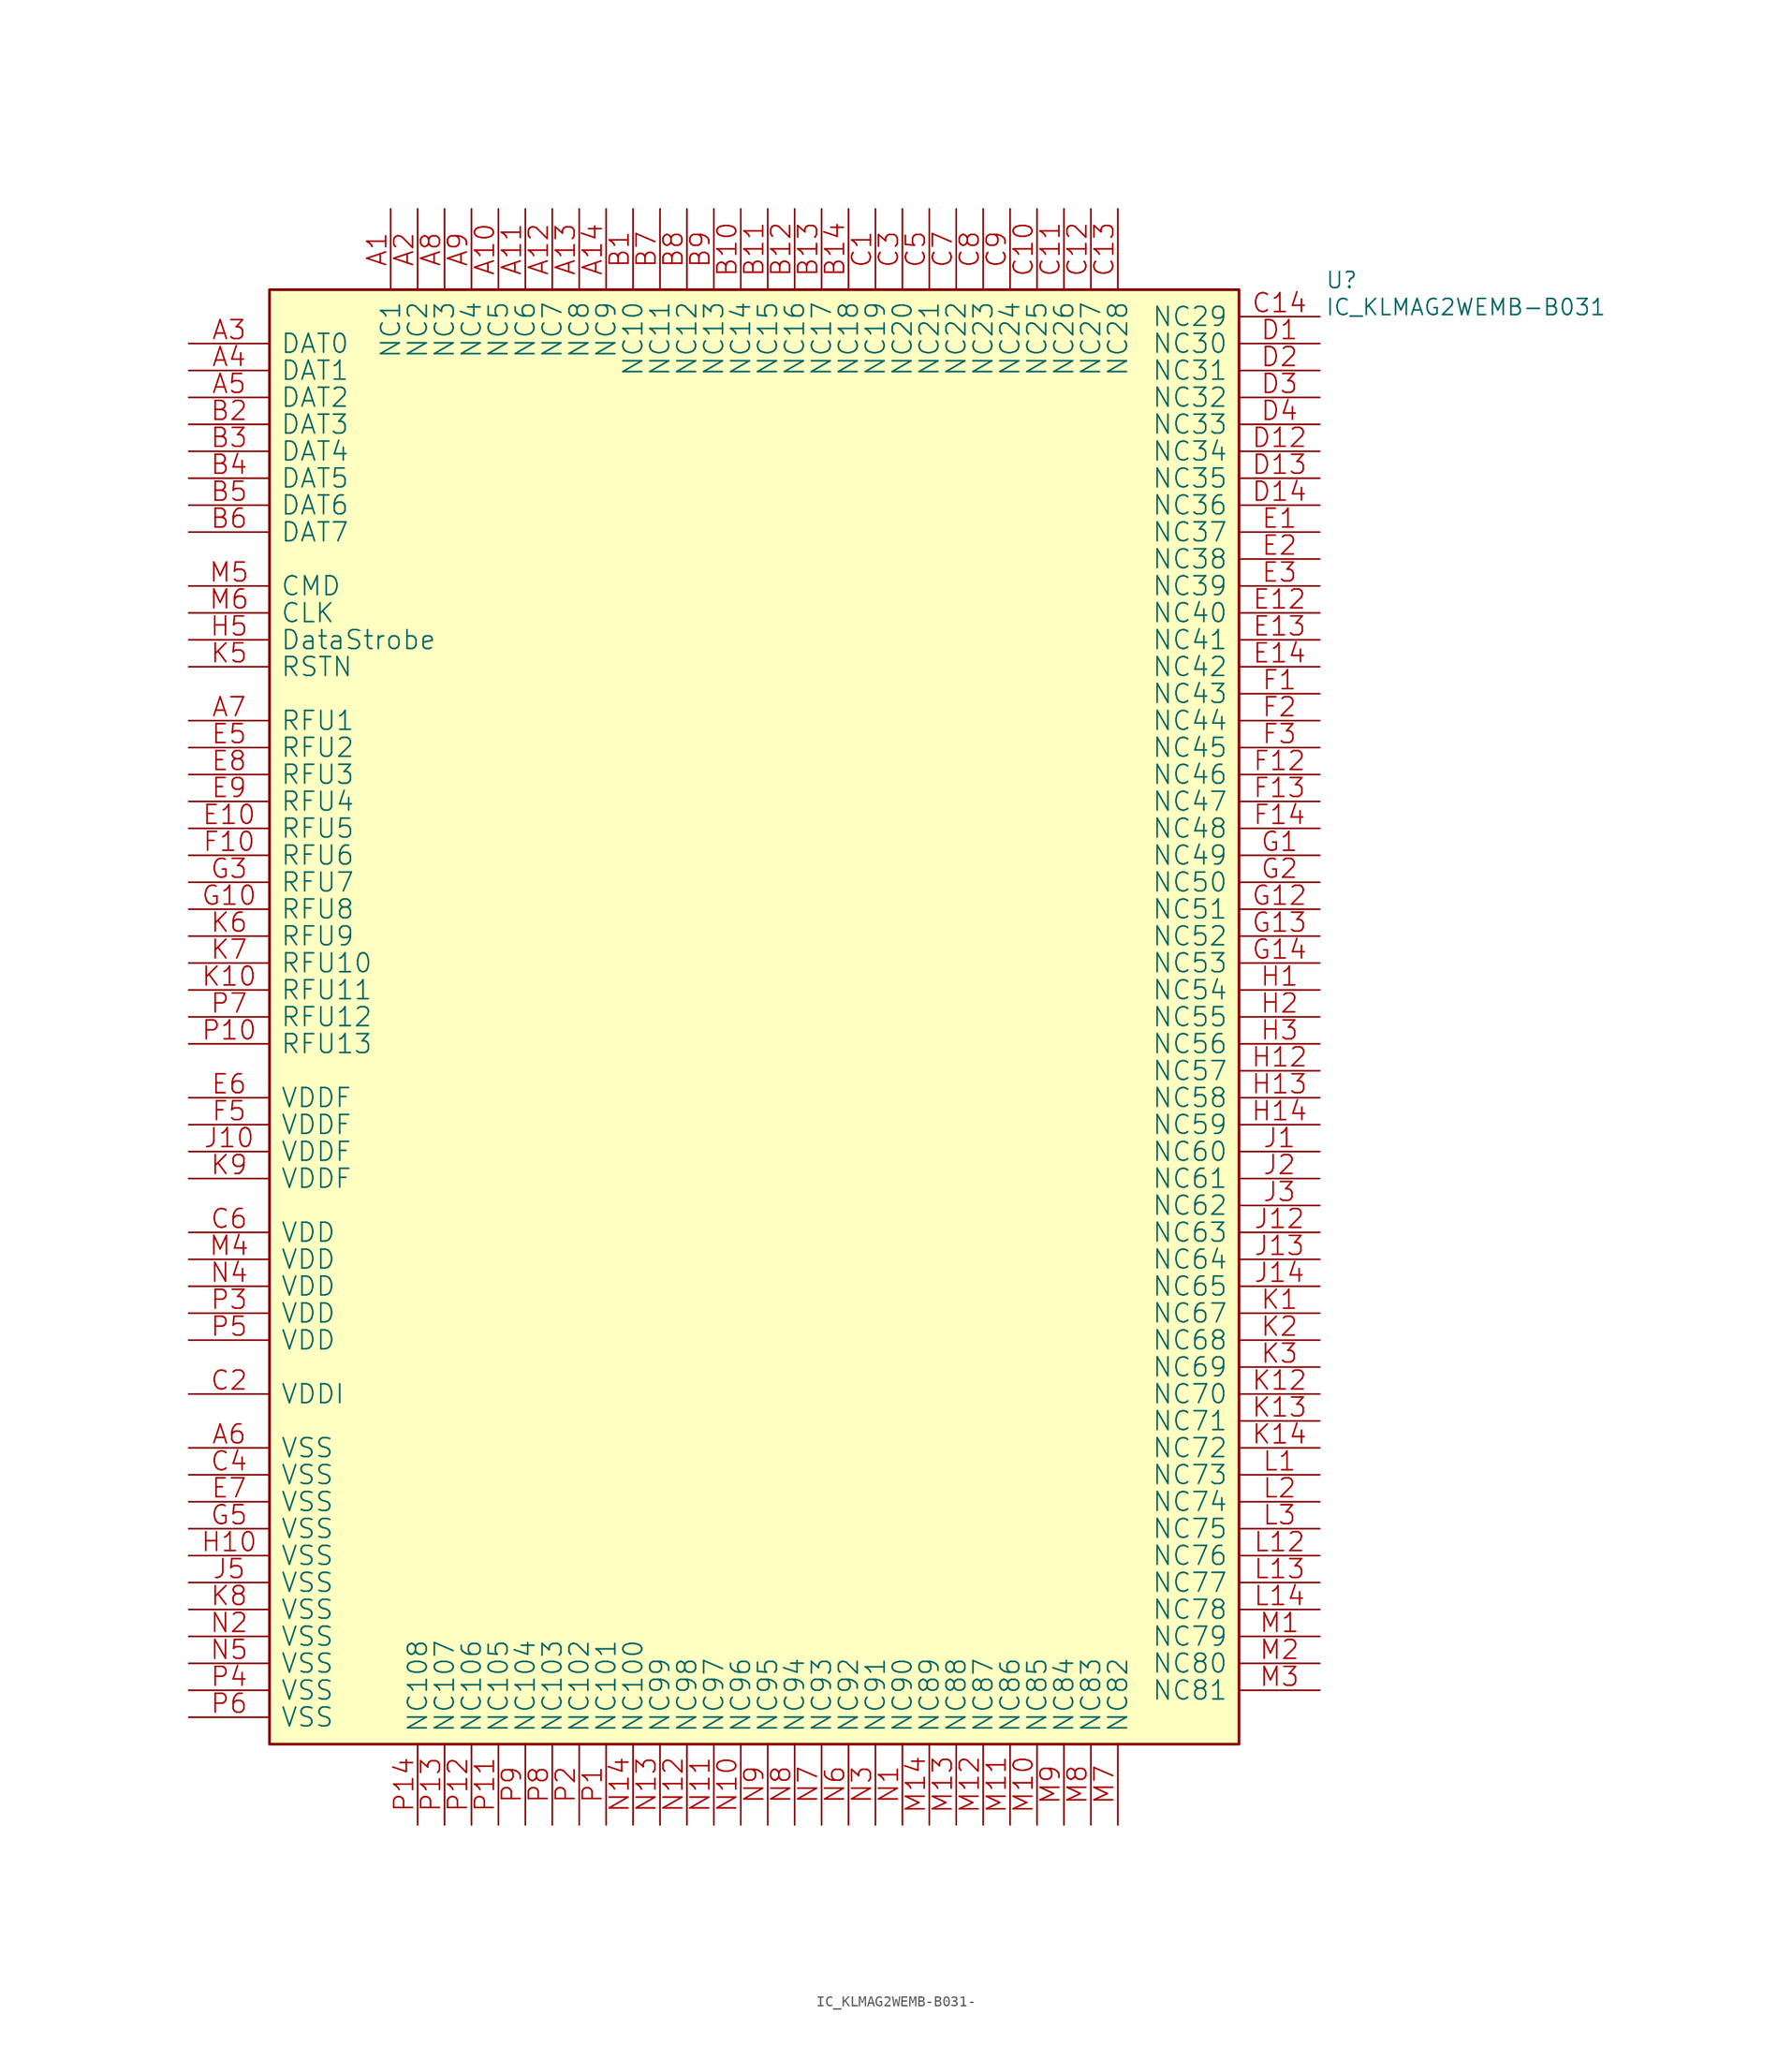
<source format=kicad_sym>
(kicad_symbol_lib
  (version 20220914)
  (generator kicad_symbol_editor)
  (symbol "IC_KLMAG2WEMB-B031-"
    (pin_names
      (offset 1.016))
    (property "Reference" "U"
      (at 99.568 0 0)
      (effects (font (size 1.524 1.524)) (justify left bottom)))
    (property "Value" "IC_KLMAG2WEMB-B031"
      (at 99.568 -2.54 0)
      (effects (font (size 1.524 1.524)) (justify left bottom)))
    (property "Footprint" ""
      (at 0 0 0)
      (effects (font (size 1.524 1.524))))
    (property "Datasheet" ""
      (at 0 0 0)
      (effects (font (size 1.524 1.524))))
    (symbol "IC_KLMAG2WEMB-B031-_0_1"
      (rectangle (start 0 -137.16) (end 91.44 0) (stroke (width 0.254) (type solid)) (fill (type background)))
      (pin passive line (at 11.43 7.62 270) (length 7.62) (name "NC1" (effects (font (size 1.778 1.778)))) (number "A1" (effects (font (size 1.778 1.778)))))
      (pin passive line (at 21.59 7.62 270) (length 7.62) (name "NC5" (effects (font (size 1.778 1.778)))) (number "A10" (effects (font (size 1.778 1.778)))))
      (pin passive line (at 24.13 7.62 270) (length 7.62) (name "NC6" (effects (font (size 1.778 1.778)))) (number "A11" (effects (font (size 1.778 1.778)))))
      (pin passive line (at 26.67 7.62 270) (length 7.62) (name "NC7" (effects (font (size 1.778 1.778)))) (number "A12" (effects (font (size 1.778 1.778)))))
      (pin passive line (at 29.21 7.62 270) (length 7.62) (name "NC8" (effects (font (size 1.778 1.778)))) (number "A13" (effects (font (size 1.778 1.778)))))
      (pin passive line (at 31.75 7.62 270) (length 7.62) (name "NC9" (effects (font (size 1.778 1.778)))) (number "A14" (effects (font (size 1.778 1.778)))))
      (pin passive line (at 13.97 7.62 270) (length 7.62) (name "NC2" (effects (font (size 1.778 1.778)))) (number "A2" (effects (font (size 1.778 1.778)))))
      (pin passive line (at -7.62 -5.08 0) (length 7.62) (name "DAT0" (effects (font (size 1.778 1.778)))) (number "A3" (effects (font (size 1.778 1.778)))))
      (pin passive line (at -7.62 -7.62 0) (length 7.62) (name "DAT1" (effects (font (size 1.778 1.778)))) (number "A4" (effects (font (size 1.778 1.778)))))
      (pin passive line (at -7.62 -10.16 0) (length 7.62) (name "DAT2" (effects (font (size 1.778 1.778)))) (number "A5" (effects (font (size 1.778 1.778)))))
      (pin passive line (at -7.62 -109.22 0) (length 7.62) (name "VSS" (effects (font (size 1.778 1.778)))) (number "A6" (effects (font (size 1.778 1.778)))))
      (pin passive line (at -7.62 -40.64 0) (length 7.62) (name "RFU1" (effects (font (size 1.778 1.778)))) (number "A7" (effects (font (size 1.778 1.778)))))
      (pin passive line (at 16.51 7.62 270) (length 7.62) (name "NC3" (effects (font (size 1.778 1.778)))) (number "A8" (effects (font (size 1.778 1.778)))))
      (pin passive line (at 19.05 7.62 270) (length 7.62) (name "NC4" (effects (font (size 1.778 1.778)))) (number "A9" (effects (font (size 1.778 1.778)))))
      (pin passive line (at 34.29 7.62 270) (length 7.62) (name "NC10" (effects (font (size 1.778 1.778)))) (number "B1" (effects (font (size 1.778 1.778)))))
      (pin passive line (at 44.45 7.62 270) (length 7.62) (name "NC14" (effects (font (size 1.778 1.778)))) (number "B10" (effects (font (size 1.778 1.778)))))
      (pin passive line (at 46.99 7.62 270) (length 7.62) (name "NC15" (effects (font (size 1.778 1.778)))) (number "B11" (effects (font (size 1.778 1.778)))))
      (pin passive line (at 49.53 7.62 270) (length 7.62) (name "NC16" (effects (font (size 1.778 1.778)))) (number "B12" (effects (font (size 1.778 1.778)))))
      (pin passive line (at 52.07 7.62 270) (length 7.62) (name "NC17" (effects (font (size 1.778 1.778)))) (number "B13" (effects (font (size 1.778 1.778)))))
      (pin passive line (at 54.61 7.62 270) (length 7.62) (name "NC18" (effects (font (size 1.778 1.778)))) (number "B14" (effects (font (size 1.778 1.778)))))
      (pin passive line (at -7.62 -12.7 0) (length 7.62) (name "DAT3" (effects (font (size 1.778 1.778)))) (number "B2" (effects (font (size 1.778 1.778)))))
      (pin passive line (at -7.62 -15.24 0) (length 7.62) (name "DAT4" (effects (font (size 1.778 1.778)))) (number "B3" (effects (font (size 1.778 1.778)))))
      (pin passive line (at -7.62 -17.78 0) (length 7.62) (name "DAT5" (effects (font (size 1.778 1.778)))) (number "B4" (effects (font (size 1.778 1.778)))))
      (pin passive line (at -7.62 -20.32 0) (length 7.62) (name "DAT6" (effects (font (size 1.778 1.778)))) (number "B5" (effects (font (size 1.778 1.778)))))
      (pin passive line (at -7.62 -22.86 0) (length 7.62) (name "DAT7" (effects (font (size 1.778 1.778)))) (number "B6" (effects (font (size 1.778 1.778)))))
      (pin passive line (at 36.83 7.62 270) (length 7.62) (name "NC11" (effects (font (size 1.778 1.778)))) (number "B7" (effects (font (size 1.778 1.778)))))
      (pin passive line (at 39.37 7.62 270) (length 7.62) (name "NC12" (effects (font (size 1.778 1.778)))) (number "B8" (effects (font (size 1.778 1.778)))))
      (pin passive line (at 41.91 7.62 270) (length 7.62) (name "NC13" (effects (font (size 1.778 1.778)))) (number "B9" (effects (font (size 1.778 1.778)))))
      (pin passive line (at 57.15 7.62 270) (length 7.62) (name "NC19" (effects (font (size 1.778 1.778)))) (number "C1" (effects (font (size 1.778 1.778)))))
      (pin passive line (at 72.39 7.62 270) (length 7.62) (name "NC25" (effects (font (size 1.778 1.778)))) (number "C10" (effects (font (size 1.778 1.778)))))
      (pin passive line (at 74.93 7.62 270) (length 7.62) (name "NC26" (effects (font (size 1.778 1.778)))) (number "C11" (effects (font (size 1.778 1.778)))))
      (pin passive line (at 77.47 7.62 270) (length 7.62) (name "NC27" (effects (font (size 1.778 1.778)))) (number "C12" (effects (font (size 1.778 1.778)))))
      (pin passive line (at 80.01 7.62 270) (length 7.62) (name "NC28" (effects (font (size 1.778 1.778)))) (number "C13" (effects (font (size 1.778 1.778)))))
      (pin passive line (at 99.06 -2.54 180) (length 7.62) (name "NC29" (effects (font (size 1.778 1.778)))) (number "C14" (effects (font (size 1.778 1.778)))))
      (pin passive line (at -7.62 -104.14 0) (length 7.62) (name "VDDI" (effects (font (size 1.778 1.778)))) (number "C2" (effects (font (size 1.778 1.778)))))
      (pin passive line (at 59.69 7.62 270) (length 7.62) (name "NC20" (effects (font (size 1.778 1.778)))) (number "C3" (effects (font (size 1.778 1.778)))))
      (pin passive line (at -7.62 -111.76 0) (length 7.62) (name "VSS" (effects (font (size 1.778 1.778)))) (number "C4" (effects (font (size 1.778 1.778)))))
      (pin passive line (at 62.23 7.62 270) (length 7.62) (name "NC21" (effects (font (size 1.778 1.778)))) (number "C5" (effects (font (size 1.778 1.778)))))
      (pin passive line (at -7.62 -88.9 0) (length 7.62) (name "VDD" (effects (font (size 1.778 1.778)))) (number "C6" (effects (font (size 1.778 1.778)))))
      (pin passive line (at 64.77 7.62 270) (length 7.62) (name "NC22" (effects (font (size 1.778 1.778)))) (number "C7" (effects (font (size 1.778 1.778)))))
      (pin passive line (at 67.31 7.62 270) (length 7.62) (name "NC23" (effects (font (size 1.778 1.778)))) (number "C8" (effects (font (size 1.778 1.778)))))
      (pin passive line (at 69.85 7.62 270) (length 7.62) (name "NC24" (effects (font (size 1.778 1.778)))) (number "C9" (effects (font (size 1.778 1.778)))))
      (pin passive line (at 99.06 -5.08 180) (length 7.62) (name "NC30" (effects (font (size 1.778 1.778)))) (number "D1" (effects (font (size 1.778 1.778)))))
      (pin passive line (at 99.06 -15.24 180) (length 7.62) (name "NC34" (effects (font (size 1.778 1.778)))) (number "D12" (effects (font (size 1.778 1.778)))))
      (pin passive line (at 99.06 -17.78 180) (length 7.62) (name "NC35" (effects (font (size 1.778 1.778)))) (number "D13" (effects (font (size 1.778 1.778)))))
      (pin passive line (at 99.06 -20.32 180) (length 7.62) (name "NC36" (effects (font (size 1.778 1.778)))) (number "D14" (effects (font (size 1.778 1.778)))))
      (pin passive line (at 99.06 -7.62 180) (length 7.62) (name "NC31" (effects (font (size 1.778 1.778)))) (number "D2" (effects (font (size 1.778 1.778)))))
      (pin passive line (at 99.06 -10.16 180) (length 7.62) (name "NC32" (effects (font (size 1.778 1.778)))) (number "D3" (effects (font (size 1.778 1.778)))))
      (pin passive line (at 99.06 -12.7 180) (length 7.62) (name "NC33" (effects (font (size 1.778 1.778)))) (number "D4" (effects (font (size 1.778 1.778)))))
      (pin passive line (at 99.06 -22.86 180) (length 7.62) (name "NC37" (effects (font (size 1.778 1.778)))) (number "E1" (effects (font (size 1.778 1.778)))))
      (pin passive line (at -7.62 -50.8 0) (length 7.62) (name "RFU5" (effects (font (size 1.778 1.778)))) (number "E10" (effects (font (size 1.778 1.778)))))
      (pin passive line (at 99.06 -30.48 180) (length 7.62) (name "NC40" (effects (font (size 1.778 1.778)))) (number "E12" (effects (font (size 1.778 1.778)))))
      (pin passive line (at 99.06 -33.02 180) (length 7.62) (name "NC41" (effects (font (size 1.778 1.778)))) (number "E13" (effects (font (size 1.778 1.778)))))
      (pin passive line (at 99.06 -35.56 180) (length 7.62) (name "NC42" (effects (font (size 1.778 1.778)))) (number "E14" (effects (font (size 1.778 1.778)))))
      (pin passive line (at 99.06 -25.4 180) (length 7.62) (name "NC38" (effects (font (size 1.778 1.778)))) (number "E2" (effects (font (size 1.778 1.778)))))
      (pin passive line (at 99.06 -27.94 180) (length 7.62) (name "NC39" (effects (font (size 1.778 1.778)))) (number "E3" (effects (font (size 1.778 1.778)))))
      (pin passive line (at -7.62 -43.18 0) (length 7.62) (name "RFU2" (effects (font (size 1.778 1.778)))) (number "E5" (effects (font (size 1.778 1.778)))))
      (pin passive line (at -7.62 -76.2 0) (length 7.62) (name "VDDF" (effects (font (size 1.778 1.778)))) (number "E6" (effects (font (size 1.778 1.778)))))
      (pin passive line (at -7.62 -114.3 0) (length 7.62) (name "VSS" (effects (font (size 1.778 1.778)))) (number "E7" (effects (font (size 1.778 1.778)))))
      (pin passive line (at -7.62 -45.72 0) (length 7.62) (name "RFU3" (effects (font (size 1.778 1.778)))) (number "E8" (effects (font (size 1.778 1.778)))))
      (pin passive line (at -7.62 -48.26 0) (length 7.62) (name "RFU4" (effects (font (size 1.778 1.778)))) (number "E9" (effects (font (size 1.778 1.778)))))
      (pin passive line (at 99.06 -38.1 180) (length 7.62) (name "NC43" (effects (font (size 1.778 1.778)))) (number "F1" (effects (font (size 1.778 1.778)))))
      (pin passive line (at -7.62 -53.34 0) (length 7.62) (name "RFU6" (effects (font (size 1.778 1.778)))) (number "F10" (effects (font (size 1.778 1.778)))))
      (pin passive line (at 99.06 -45.72 180) (length 7.62) (name "NC46" (effects (font (size 1.778 1.778)))) (number "F12" (effects (font (size 1.778 1.778)))))
      (pin passive line (at 99.06 -48.26 180) (length 7.62) (name "NC47" (effects (font (size 1.778 1.778)))) (number "F13" (effects (font (size 1.778 1.778)))))
      (pin passive line (at 99.06 -50.8 180) (length 7.62) (name "NC48" (effects (font (size 1.778 1.778)))) (number "F14" (effects (font (size 1.778 1.778)))))
      (pin passive line (at 99.06 -40.64 180) (length 7.62) (name "NC44" (effects (font (size 1.778 1.778)))) (number "F2" (effects (font (size 1.778 1.778)))))
      (pin passive line (at 99.06 -43.18 180) (length 7.62) (name "NC45" (effects (font (size 1.778 1.778)))) (number "F3" (effects (font (size 1.778 1.778)))))
      (pin passive line (at -7.62 -78.74 0) (length 7.62) (name "VDDF" (effects (font (size 1.778 1.778)))) (number "F5" (effects (font (size 1.778 1.778)))))
      (pin passive line (at 99.06 -53.34 180) (length 7.62) (name "NC49" (effects (font (size 1.778 1.778)))) (number "G1" (effects (font (size 1.778 1.778)))))
      (pin passive line (at -7.62 -58.42 0) (length 7.62) (name "RFU8" (effects (font (size 1.778 1.778)))) (number "G10" (effects (font (size 1.778 1.778)))))
      (pin passive line (at 99.06 -58.42 180) (length 7.62) (name "NC51" (effects (font (size 1.778 1.778)))) (number "G12" (effects (font (size 1.778 1.778)))))
      (pin passive line (at 99.06 -60.96 180) (length 7.62) (name "NC52" (effects (font (size 1.778 1.778)))) (number "G13" (effects (font (size 1.778 1.778)))))
      (pin passive line (at 99.06 -63.5 180) (length 7.62) (name "NC53" (effects (font (size 1.778 1.778)))) (number "G14" (effects (font (size 1.778 1.778)))))
      (pin passive line (at 99.06 -55.88 180) (length 7.62) (name "NC50" (effects (font (size 1.778 1.778)))) (number "G2" (effects (font (size 1.778 1.778)))))
      (pin passive line (at -7.62 -55.88 0) (length 7.62) (name "RFU7" (effects (font (size 1.778 1.778)))) (number "G3" (effects (font (size 1.778 1.778)))))
      (pin passive line (at -7.62 -116.84 0) (length 7.62) (name "VSS" (effects (font (size 1.778 1.778)))) (number "G5" (effects (font (size 1.778 1.778)))))
      (pin passive line (at 99.06 -66.04 180) (length 7.62) (name "NC54" (effects (font (size 1.778 1.778)))) (number "H1" (effects (font (size 1.778 1.778)))))
      (pin passive line (at -7.62 -119.38 0) (length 7.62) (name "VSS" (effects (font (size 1.778 1.778)))) (number "H10" (effects (font (size 1.778 1.778)))))
      (pin passive line (at 99.06 -73.66 180) (length 7.62) (name "NC57" (effects (font (size 1.778 1.778)))) (number "H12" (effects (font (size 1.778 1.778)))))
      (pin passive line (at 99.06 -76.2 180) (length 7.62) (name "NC58" (effects (font (size 1.778 1.778)))) (number "H13" (effects (font (size 1.778 1.778)))))
      (pin passive line (at 99.06 -78.74 180) (length 7.62) (name "NC59" (effects (font (size 1.778 1.778)))) (number "H14" (effects (font (size 1.778 1.778)))))
      (pin passive line (at 99.06 -68.58 180) (length 7.62) (name "NC55" (effects (font (size 1.778 1.778)))) (number "H2" (effects (font (size 1.778 1.778)))))
      (pin passive line (at 99.06 -71.12 180) (length 7.62) (name "NC56" (effects (font (size 1.778 1.778)))) (number "H3" (effects (font (size 1.778 1.778)))))
      (pin passive line (at -7.62 -33.02 0) (length 7.62) (name "DataStrobe" (effects (font (size 1.778 1.778)))) (number "H5" (effects (font (size 1.778 1.778)))))
      (pin passive line (at 99.06 -81.28 180) (length 7.62) (name "NC60" (effects (font (size 1.778 1.778)))) (number "J1" (effects (font (size 1.778 1.778)))))
      (pin passive line (at -7.62 -81.28 0) (length 7.62) (name "VDDF" (effects (font (size 1.778 1.778)))) (number "J10" (effects (font (size 1.778 1.778)))))
      (pin passive line (at 99.06 -88.9 180) (length 7.62) (name "NC63" (effects (font (size 1.778 1.778)))) (number "J12" (effects (font (size 1.778 1.778)))))
      (pin passive line (at 99.06 -91.44 180) (length 7.62) (name "NC64" (effects (font (size 1.778 1.778)))) (number "J13" (effects (font (size 1.778 1.778)))))
      (pin passive line (at 99.06 -93.98 180) (length 7.62) (name "NC65" (effects (font (size 1.778 1.778)))) (number "J14" (effects (font (size 1.778 1.778)))))
      (pin passive line (at 99.06 -83.82 180) (length 7.62) (name "NC61" (effects (font (size 1.778 1.778)))) (number "J2" (effects (font (size 1.778 1.778)))))
      (pin passive line (at 99.06 -86.36 180) (length 7.62) (name "NC62" (effects (font (size 1.778 1.778)))) (number "J3" (effects (font (size 1.778 1.778)))))
      (pin passive line (at -7.62 -121.92 0) (length 7.62) (name "VSS" (effects (font (size 1.778 1.778)))) (number "J5" (effects (font (size 1.778 1.778)))))
      (pin passive line (at 99.06 -96.52 180) (length 7.62) (name "NC67" (effects (font (size 1.778 1.778)))) (number "K1" (effects (font (size 1.778 1.778)))))
      (pin passive line (at -7.62 -66.04 0) (length 7.62) (name "RFU11" (effects (font (size 1.778 1.778)))) (number "K10" (effects (font (size 1.778 1.778)))))
      (pin passive line (at 99.06 -104.14 180) (length 7.62) (name "NC70" (effects (font (size 1.778 1.778)))) (number "K12" (effects (font (size 1.778 1.778)))))
      (pin passive line (at 99.06 -106.68 180) (length 7.62) (name "NC71" (effects (font (size 1.778 1.778)))) (number "K13" (effects (font (size 1.778 1.778)))))
      (pin passive line (at 99.06 -109.22 180) (length 7.62) (name "NC72" (effects (font (size 1.778 1.778)))) (number "K14" (effects (font (size 1.778 1.778)))))
      (pin passive line (at 99.06 -99.06 180) (length 7.62) (name "NC68" (effects (font (size 1.778 1.778)))) (number "K2" (effects (font (size 1.778 1.778)))))
      (pin passive line (at 99.06 -101.6 180) (length 7.62) (name "NC69" (effects (font (size 1.778 1.778)))) (number "K3" (effects (font (size 1.778 1.778)))))
      (pin passive line (at -7.62 -35.56 0) (length 7.62) (name "RSTN" (effects (font (size 1.778 1.778)))) (number "K5" (effects (font (size 1.778 1.778)))))
      (pin passive line (at -7.62 -60.96 0) (length 7.62) (name "RFU9" (effects (font (size 1.778 1.778)))) (number "K6" (effects (font (size 1.778 1.778)))))
      (pin passive line (at -7.62 -63.5 0) (length 7.62) (name "RFU10" (effects (font (size 1.778 1.778)))) (number "K7" (effects (font (size 1.778 1.778)))))
      (pin passive line (at -7.62 -124.46 0) (length 7.62) (name "VSS" (effects (font (size 1.778 1.778)))) (number "K8" (effects (font (size 1.778 1.778)))))
      (pin passive line (at -7.62 -83.82 0) (length 7.62) (name "VDDF" (effects (font (size 1.778 1.778)))) (number "K9" (effects (font (size 1.778 1.778)))))
      (pin passive line (at 99.06 -111.76 180) (length 7.62) (name "NC73" (effects (font (size 1.778 1.778)))) (number "L1" (effects (font (size 1.778 1.778)))))
      (pin passive line (at 99.06 -119.38 180) (length 7.62) (name "NC76" (effects (font (size 1.778 1.778)))) (number "L12" (effects (font (size 1.778 1.778)))))
      (pin passive line (at 99.06 -121.92 180) (length 7.62) (name "NC77" (effects (font (size 1.778 1.778)))) (number "L13" (effects (font (size 1.778 1.778)))))
      (pin passive line (at 99.06 -124.46 180) (length 7.62) (name "NC78" (effects (font (size 1.778 1.778)))) (number "L14" (effects (font (size 1.778 1.778)))))
      (pin passive line (at 99.06 -114.3 180) (length 7.62) (name "NC74" (effects (font (size 1.778 1.778)))) (number "L2" (effects (font (size 1.778 1.778)))))
      (pin passive line (at 99.06 -116.84 180) (length 7.62) (name "NC75" (effects (font (size 1.778 1.778)))) (number "L3" (effects (font (size 1.778 1.778)))))
      (pin passive line (at 99.06 -127 180) (length 7.62) (name "NC79" (effects (font (size 1.778 1.778)))) (number "M1" (effects (font (size 1.778 1.778)))))
      (pin passive line (at 72.39 -144.78 90) (length 7.62) (name "NC85" (effects (font (size 1.778 1.778)))) (number "M10" (effects (font (size 1.778 1.778)))))
      (pin passive line (at 69.85 -144.78 90) (length 7.62) (name "NC86" (effects (font (size 1.778 1.778)))) (number "M11" (effects (font (size 1.778 1.778)))))
      (pin passive line (at 67.31 -144.78 90) (length 7.62) (name "NC87" (effects (font (size 1.778 1.778)))) (number "M12" (effects (font (size 1.778 1.778)))))
      (pin passive line (at 64.77 -144.78 90) (length 7.62) (name "NC88" (effects (font (size 1.778 1.778)))) (number "M13" (effects (font (size 1.778 1.778)))))
      (pin passive line (at 62.23 -144.78 90) (length 7.62) (name "NC89" (effects (font (size 1.778 1.778)))) (number "M14" (effects (font (size 1.778 1.778)))))
      (pin passive line (at 99.06 -129.54 180) (length 7.62) (name "NC80" (effects (font (size 1.778 1.778)))) (number "M2" (effects (font (size 1.778 1.778)))))
      (pin passive line (at 99.06 -132.08 180) (length 7.62) (name "NC81" (effects (font (size 1.778 1.778)))) (number "M3" (effects (font (size 1.778 1.778)))))
      (pin passive line (at -7.62 -91.44 0) (length 7.62) (name "VDD" (effects (font (size 1.778 1.778)))) (number "M4" (effects (font (size 1.778 1.778)))))
      (pin passive line (at -7.62 -27.94 0) (length 7.62) (name "CMD" (effects (font (size 1.778 1.778)))) (number "M5" (effects (font (size 1.778 1.778)))))
      (pin passive line (at -7.62 -30.48 0) (length 7.62) (name "CLK" (effects (font (size 1.778 1.778)))) (number "M6" (effects (font (size 1.778 1.778)))))
      (pin passive line (at 80.01 -144.78 90) (length 7.62) (name "NC82" (effects (font (size 1.778 1.778)))) (number "M7" (effects (font (size 1.778 1.778)))))
      (pin passive line (at 77.47 -144.78 90) (length 7.62) (name "NC83" (effects (font (size 1.778 1.778)))) (number "M8" (effects (font (size 1.778 1.778)))))
      (pin passive line (at 74.93 -144.78 90) (length 7.62) (name "NC84" (effects (font (size 1.778 1.778)))) (number "M9" (effects (font (size 1.778 1.778)))))
      (pin passive line (at 59.69 -144.78 90) (length 7.62) (name "NC90" (effects (font (size 1.778 1.778)))) (number "N1" (effects (font (size 1.778 1.778)))))
      (pin passive line (at 44.45 -144.78 90) (length 7.62) (name "NC96" (effects (font (size 1.778 1.778)))) (number "N10" (effects (font (size 1.778 1.778)))))
      (pin passive line (at 41.91 -144.78 90) (length 7.62) (name "NC97" (effects (font (size 1.778 1.778)))) (number "N11" (effects (font (size 1.778 1.778)))))
      (pin passive line (at 39.37 -144.78 90) (length 7.62) (name "NC98" (effects (font (size 1.778 1.778)))) (number "N12" (effects (font (size 1.778 1.778)))))
      (pin passive line (at 36.83 -144.78 90) (length 7.62) (name "NC99" (effects (font (size 1.778 1.778)))) (number "N13" (effects (font (size 1.778 1.778)))))
      (pin passive line (at 34.29 -144.78 90) (length 7.62) (name "NC100" (effects (font (size 1.778 1.778)))) (number "N14" (effects (font (size 1.778 1.778)))))
      (pin passive line (at -7.62 -127 0) (length 7.62) (name "VSS" (effects (font (size 1.778 1.778)))) (number "N2" (effects (font (size 1.778 1.778)))))
      (pin passive line (at 57.15 -144.78 90) (length 7.62) (name "NC91" (effects (font (size 1.778 1.778)))) (number "N3" (effects (font (size 1.778 1.778)))))
      (pin passive line (at -7.62 -93.98 0) (length 7.62) (name "VDD" (effects (font (size 1.778 1.778)))) (number "N4" (effects (font (size 1.778 1.778)))))
      (pin passive line (at -7.62 -129.54 0) (length 7.62) (name "VSS" (effects (font (size 1.778 1.778)))) (number "N5" (effects (font (size 1.778 1.778)))))
      (pin passive line (at 54.61 -144.78 90) (length 7.62) (name "NC92" (effects (font (size 1.778 1.778)))) (number "N6" (effects (font (size 1.778 1.778)))))
      (pin passive line (at 52.07 -144.78 90) (length 7.62) (name "NC93" (effects (font (size 1.778 1.778)))) (number "N7" (effects (font (size 1.778 1.778)))))
      (pin passive line (at 49.53 -144.78 90) (length 7.62) (name "NC94" (effects (font (size 1.778 1.778)))) (number "N8" (effects (font (size 1.778 1.778)))))
      (pin passive line (at 46.99 -144.78 90) (length 7.62) (name "NC95" (effects (font (size 1.778 1.778)))) (number "N9" (effects (font (size 1.778 1.778)))))
      (pin passive line (at 31.75 -144.78 90) (length 7.62) (name "NC101" (effects (font (size 1.778 1.778)))) (number "P1" (effects (font (size 1.778 1.778)))))
      (pin passive line (at -7.62 -71.12 0) (length 7.62) (name "RFU13" (effects (font (size 1.778 1.778)))) (number "P10" (effects (font (size 1.778 1.778)))))
      (pin passive line (at 21.59 -144.78 90) (length 7.62) (name "NC105" (effects (font (size 1.778 1.778)))) (number "P11" (effects (font (size 1.778 1.778)))))
      (pin passive line (at 19.05 -144.78 90) (length 7.62) (name "NC106" (effects (font (size 1.778 1.778)))) (number "P12" (effects (font (size 1.778 1.778)))))
      (pin passive line (at 16.51 -144.78 90) (length 7.62) (name "NC107" (effects (font (size 1.778 1.778)))) (number "P13" (effects (font (size 1.778 1.778)))))
      (pin passive line (at 13.97 -144.78 90) (length 7.62) (name "NC108" (effects (font (size 1.778 1.778)))) (number "P14" (effects (font (size 1.778 1.778)))))
      (pin passive line (at 29.21 -144.78 90) (length 7.62) (name "NC102" (effects (font (size 1.778 1.778)))) (number "P2" (effects (font (size 1.778 1.778)))))
      (pin passive line (at -7.62 -96.52 0) (length 7.62) (name "VDD" (effects (font (size 1.778 1.778)))) (number "P3" (effects (font (size 1.778 1.778)))))
      (pin passive line (at -7.62 -132.08 0) (length 7.62) (name "VSS" (effects (font (size 1.778 1.778)))) (number "P4" (effects (font (size 1.778 1.778)))))
      (pin passive line (at -7.62 -99.06 0) (length 7.62) (name "VDD" (effects (font (size 1.778 1.778)))) (number "P5" (effects (font (size 1.778 1.778)))))
      (pin passive line (at -7.62 -134.62 0) (length 7.62) (name "VSS" (effects (font (size 1.778 1.778)))) (number "P6" (effects (font (size 1.778 1.778)))))
      (pin passive line (at -7.62 -68.58 0) (length 7.62) (name "RFU12" (effects (font (size 1.778 1.778)))) (number "P7" (effects (font (size 1.778 1.778)))))
      (pin passive line (at 26.67 -144.78 90) (length 7.62) (name "NC103" (effects (font (size 1.778 1.778)))) (number "P8" (effects (font (size 1.778 1.778)))))
      (pin passive line (at 24.13 -144.78 90) (length 7.62) (name "NC104" (effects (font (size 1.778 1.778)))) (number "P9" (effects (font (size 1.778 1.778))))))))
</source>
